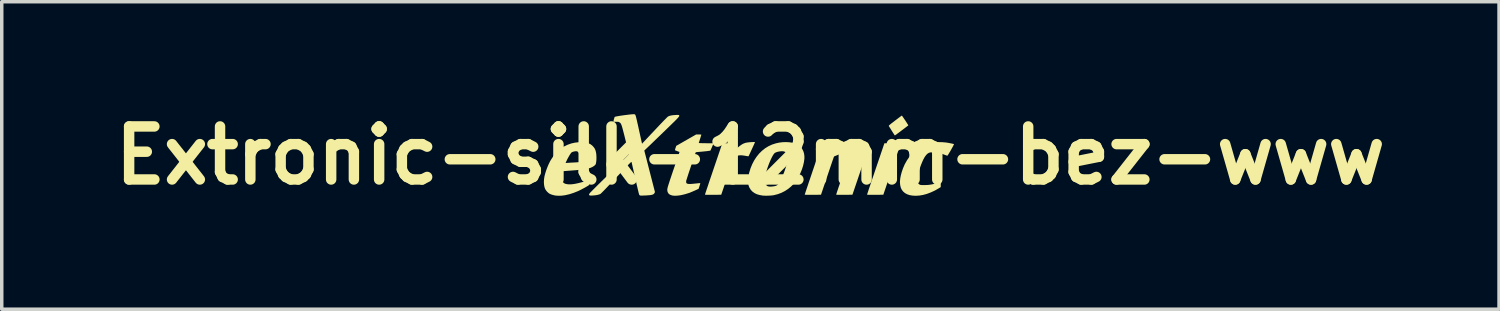
<source format=kicad_pcb>
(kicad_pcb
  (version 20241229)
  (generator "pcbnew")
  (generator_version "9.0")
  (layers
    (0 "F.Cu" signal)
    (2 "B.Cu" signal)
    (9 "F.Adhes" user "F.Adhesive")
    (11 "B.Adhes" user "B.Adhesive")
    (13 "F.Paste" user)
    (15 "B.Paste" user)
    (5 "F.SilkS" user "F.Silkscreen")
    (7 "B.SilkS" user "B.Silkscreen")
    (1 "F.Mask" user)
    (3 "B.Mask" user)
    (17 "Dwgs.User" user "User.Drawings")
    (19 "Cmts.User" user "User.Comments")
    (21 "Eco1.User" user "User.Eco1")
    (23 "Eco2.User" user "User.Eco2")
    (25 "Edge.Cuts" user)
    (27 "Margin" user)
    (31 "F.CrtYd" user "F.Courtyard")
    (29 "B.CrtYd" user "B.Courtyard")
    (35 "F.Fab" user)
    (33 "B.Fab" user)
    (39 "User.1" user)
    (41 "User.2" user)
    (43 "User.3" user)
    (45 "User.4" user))
  (footprint "Extronic-silk-12mm-bez-www"
    (layer "F.Cu")
    (at 18.513 1.418)
    (property "Reference" "Extronic-silk-12mm-bez-www" (at 0 0 0) (layer "F.SilkS") (effects (font (size 1.524 1.524) (thickness 0.3))))
    (attr board_only exclude_from_pos_files exclude_from_bom)
    (fp_poly (pts (xy 4.269 -0.193) (xy 4.258 -0.161) (xy 4.243 -0.118) (xy 4.225 -0.064) (xy 4.203 -0.001) (xy 4.179 0.07) (xy 4.153 0.148) (xy 4.125 0.23) (xy 4.095 0.317) (xy 4.065 0.406) (xy 4.034 0.497) (xy 4.017 0.548) (xy 3.82 1.128) (xy 3.586 1.13) (xy 3.521 1.13) (xy 3.468 1.13) (xy 3.427 1.13) (xy 3.396 1.129) (xy 3.374 1.128) (xy 3.361 1.127) (xy 3.354 1.125) (xy 3.353 1.123) (xy 3.355 1.115) (xy 3.362 1.095) (xy 3.372 1.064) (xy 3.386 1.022) (xy 3.403 0.97) (xy 3.423 0.91) (xy 3.447 0.841) (xy 3.472 0.765) (xy 3.5 0.683) (xy 3.53 0.595) (xy 3.561 0.503) (xy 3.594 0.406) (xy 3.602 0.382) (xy 3.851 -0.351) (xy 4.088 -0.352) (xy 4.324 -0.354)) (stroke (width 0) (type solid)) (fill yes) (layer "F.SilkS"))
    (fp_poly (pts (xy 4.356 -1.142) (xy 4.368 -1.127) (xy 4.384 -1.104) (xy 4.403 -1.076) (xy 4.425 -1.043) (xy 4.449 -1.009) (xy 4.471 -0.974) (xy 4.493 -0.941) (xy 4.512 -0.911) (xy 4.526 -0.888) (xy 4.536 -0.871) (xy 4.538 -0.864) (xy 4.538 -0.864) (xy 4.533 -0.86) (xy 4.517 -0.848) (xy 4.493 -0.83) (xy 4.462 -0.806) (xy 4.425 -0.778) (xy 4.383 -0.746) (xy 4.348 -0.72) (xy 4.303 -0.686) (xy 4.262 -0.655) (xy 4.225 -0.628) (xy 4.195 -0.605) (xy 4.171 -0.589) (xy 4.157 -0.579) (xy 4.152 -0.576) (xy 4.147 -0.582) (xy 4.135 -0.598) (xy 4.119 -0.622) (xy 4.099 -0.653) (xy 4.076 -0.689) (xy 4.067 -0.703) (xy 4.044 -0.741) (xy 4.022 -0.776) (xy 4.003 -0.806) (xy 3.989 -0.829) (xy 3.981 -0.842) (xy 3.98 -0.844) (xy 3.978 -0.848) (xy 3.978 -0.853) (xy 3.981 -0.859) (xy 3.989 -0.868) (xy 4.002 -0.88) (xy 4.021 -0.896) (xy 4.047 -0.917) (xy 4.082 -0.944) (xy 4.127 -0.978) (xy 4.157 -1.002) (xy 4.202 -1.036) (xy 4.243 -1.067) (xy 4.279 -1.094) (xy 4.309 -1.117) (xy 4.333 -1.134) (xy 4.347 -1.144) (xy 4.351 -1.147)) (stroke (width 0) (type solid)) (fill yes) (layer "F.SilkS"))
    (fp_poly (pts (xy 0.116 -0.387) (xy 0.13 -0.385) (xy 0.132 -0.382) (xy 0.129 -0.374) (xy 0.121 -0.356) (xy 0.109 -0.328) (xy 0.094 -0.294) (xy 0.076 -0.254) (xy 0.056 -0.212) (xy 0.036 -0.168) (xy 0.016 -0.124) (xy -0.003 -0.083) (xy -0.02 -0.046) (xy -0.035 -0.016) (xy -0.046 0.007) (xy -0.053 0.02) (xy -0.054 0.022) (xy -0.062 0.022) (xy -0.082 0.02) (xy -0.109 0.016) (xy -0.141 0.01) (xy -0.142 0.01) (xy -0.211 -0.001) (xy -0.269 -0.006) (xy -0.318 -0.004) (xy -0.354 0.003) (xy -0.373 0.012) (xy -0.399 0.027) (xy -0.426 0.044) (xy -0.433 0.048) (xy -0.482 0.083) (xy -0.66 0.605) (xy -0.838 1.128) (xy -1.072 1.13) (xy -1.137 1.13) (xy -1.19 1.13) (xy -1.231 1.13) (xy -1.262 1.129) (xy -1.284 1.128) (xy -1.297 1.127) (xy -1.304 1.125) (xy -1.305 1.123) (xy -1.303 1.115) (xy -1.296 1.095) (xy -1.286 1.064) (xy -1.272 1.022) (xy -1.255 0.97) (xy -1.234 0.91) (xy -1.211 0.841) (xy -1.186 0.765) (xy -1.158 0.683) (xy -1.128 0.595) (xy -1.097 0.503) (xy -1.064 0.406) (xy -1.056 0.382) (xy -0.807 -0.351) (xy -0.594 -0.352) (xy -0.542 -0.353) (xy -0.494 -0.353) (xy -0.452 -0.352) (xy -0.419 -0.352) (xy -0.395 -0.351) (xy -0.383 -0.349) (xy -0.382 -0.349) (xy -0.383 -0.34) (xy -0.386 -0.321) (xy -0.391 -0.295) (xy -0.396 -0.272) (xy -0.401 -0.242) (xy -0.406 -0.217) (xy -0.409 -0.199) (xy -0.41 -0.194) (xy -0.405 -0.195) (xy -0.391 -0.204) (xy -0.371 -0.22) (xy -0.347 -0.24) (xy -0.344 -0.243) (xy -0.298 -0.28) (xy -0.257 -0.309) (xy -0.218 -0.333) (xy -0.179 -0.35) (xy -0.136 -0.364) (xy -0.088 -0.373) (xy -0.032 -0.38) (xy 0.036 -0.385) (xy 0.05 -0.385) (xy 0.09 -0.387)) (stroke (width 0) (type solid)) (fill yes) (layer "F.SilkS"))
    (fp_poly (pts (xy 1.117 -0.38) (xy 1.205 -0.367) (xy 1.286 -0.344) (xy 1.339 -0.323) (xy 1.397 -0.287) (xy 1.448 -0.242) (xy 1.489 -0.187) (xy 1.521 -0.125) (xy 1.542 -0.056) (xy 1.552 0.019) (xy 1.552 0.09) (xy 1.538 0.193) (xy 1.513 0.3) (xy 1.478 0.408) (xy 1.434 0.514) (xy 1.382 0.617) (xy 1.324 0.712) (xy 1.259 0.798) (xy 1.248 0.812) (xy 1.171 0.89) (xy 1.085 0.961) (xy 0.991 1.022) (xy 0.891 1.073) (xy 0.786 1.112) (xy 0.68 1.139) (xy 0.664 1.142) (xy 0.621 1.148) (xy 0.569 1.152) (xy 0.512 1.155) (xy 0.457 1.156) (xy 0.405 1.155) (xy 0.363 1.153) (xy 0.358 1.152) (xy 0.268 1.137) (xy 0.189 1.114) (xy 0.121 1.082) (xy 0.064 1.041) (xy 0.046 1.025) (xy 0.002 0.973) (xy -0.032 0.915) (xy -0.055 0.851) (xy -0.067 0.779) (xy -0.067 0.743) (xy 0.41 0.743) (xy 0.414 0.781) (xy 0.416 0.79) (xy 0.431 0.822) (xy 0.455 0.852) (xy 0.484 0.876) (xy 0.503 0.886) (xy 0.53 0.891) (xy 0.565 0.894) (xy 0.606 0.893) (xy 0.649 0.889) (xy 0.689 0.883) (xy 0.722 0.875) (xy 0.748 0.865) (xy 0.77 0.853) (xy 0.783 0.845) (xy 0.803 0.822) (xy 0.826 0.787) (xy 0.852 0.743) (xy 0.879 0.69) (xy 0.907 0.631) (xy 0.935 0.568) (xy 0.961 0.501) (xy 0.974 0.469) (xy 1.003 0.386) (xy 1.026 0.313) (xy 1.045 0.25) (xy 1.058 0.193) (xy 1.066 0.14) (xy 1.07 0.091) (xy 1.071 0.062) (xy 1.071 0.028) (xy 1.07 0.003) (xy 1.066 -0.016) (xy 1.06 -0.033) (xy 1.055 -0.044) (xy 1.032 -0.079) (xy 0.999 -0.103) (xy 0.957 -0.118) (xy 0.906 -0.123) (xy 0.845 -0.118) (xy 0.784 -0.106) (xy 0.736 -0.091) (xy 0.7 -0.071) (xy 0.69 -0.062) (xy 0.669 -0.037) (xy 0.645 0.001) (xy 0.619 0.048) (xy 0.592 0.104) (xy 0.564 0.167) (xy 0.536 0.235) (xy 0.509 0.307) (xy 0.483 0.381) (xy 0.46 0.455) (xy 0.44 0.524) (xy 0.426 0.583) (xy 0.417 0.641) (xy 0.411 0.695) (xy 0.41 0.743) (xy -0.067 0.743) (xy -0.068 0.7) (xy -0.059 0.612) (xy -0.04 0.516) (xy -0.035 0.496) (xy 0.004 0.369) (xy 0.052 0.251) (xy 0.11 0.14) (xy 0.176 0.039) (xy 0.25 -0.053) (xy 0.333 -0.135) (xy 0.422 -0.206) (xy 0.518 -0.265) (xy 0.621 -0.313) (xy 0.639 -0.319) (xy 0.732 -0.349) (xy 0.829 -0.37) (xy 0.926 -0.382) (xy 1.023 -0.385)) (stroke (width 0) (type solid)) (fill yes) (layer "F.SilkS"))
    (fp_poly (pts (xy 3.081 -0.382) (xy 3.148 -0.367) (xy 3.205 -0.343) (xy 3.25 -0.311) (xy 3.285 -0.271) (xy 3.31 -0.221) (xy 3.315 -0.206) (xy 3.323 -0.162) (xy 3.325 -0.11) (xy 3.321 -0.054) (xy 3.311 0.001) (xy 3.308 0.01) (xy 3.303 0.027) (xy 3.294 0.055) (xy 3.281 0.094) (xy 3.265 0.143) (xy 3.246 0.201) (xy 3.225 0.266) (xy 3.201 0.337) (xy 3.175 0.414) (xy 3.148 0.494) (xy 3.119 0.577) (xy 3.112 0.6) (xy 2.932 1.128) (xy 2.698 1.13) (xy 2.637 1.13) (xy 2.583 1.13) (xy 2.537 1.13) (xy 2.502 1.129) (xy 2.478 1.128) (xy 2.465 1.126) (xy 2.464 1.125) (xy 2.467 1.118) (xy 2.473 1.098) (xy 2.483 1.068) (xy 2.496 1.027) (xy 2.513 0.978) (xy 2.532 0.92) (xy 2.554 0.856) (xy 2.578 0.786) (xy 2.603 0.711) (xy 2.628 0.638) (xy 2.655 0.558) (xy 2.681 0.481) (xy 2.706 0.408) (xy 2.729 0.341) (xy 2.749 0.28) (xy 2.767 0.226) (xy 2.782 0.181) (xy 2.794 0.146) (xy 2.802 0.122) (xy 2.805 0.111) (xy 2.815 0.069) (xy 2.819 0.03) (xy 2.817 -0.004) (xy 2.81 -0.028) (xy 2.808 -0.032) (xy 2.786 -0.053) (xy 2.754 -0.066) (xy 2.712 -0.069) (xy 2.66 -0.062) (xy 2.597 -0.047) (xy 2.525 -0.022) (xy 2.477 -0.002) (xy 2.403 0.029) (xy 2.378 0.099) (xy 2.372 0.118) (xy 2.361 0.148) (xy 2.347 0.189) (xy 2.33 0.239) (xy 2.31 0.298) (xy 2.288 0.363) (xy 2.264 0.434) (xy 2.238 0.51) (xy 2.212 0.588) (xy 2.191 0.649) (xy 2.029 1.128) (xy 1.795 1.13) (xy 1.73 1.13) (xy 1.677 1.13) (xy 1.636 1.13) (xy 1.605 1.129) (xy 1.583 1.128) (xy 1.57 1.127) (xy 1.563 1.125) (xy 1.562 1.123) (xy 1.564 1.115) (xy 1.571 1.095) (xy 1.581 1.064) (xy 1.595 1.022) (xy 1.612 0.97) (xy 1.633 0.91) (xy 1.656 0.841) (xy 1.681 0.765) (xy 1.709 0.683) (xy 1.739 0.595) (xy 1.77 0.503) (xy 1.803 0.406) (xy 1.811 0.382) (xy 2.06 -0.351) (xy 2.269 -0.352) (xy 2.478 -0.354) (xy 2.478 -0.332) (xy 2.477 -0.313) (xy 2.474 -0.286) (xy 2.471 -0.261) (xy 2.468 -0.237) (xy 2.466 -0.219) (xy 2.467 -0.211) (xy 2.467 -0.211) (xy 2.473 -0.212) (xy 2.49 -0.219) (xy 2.515 -0.23) (xy 2.544 -0.244) (xy 2.548 -0.246) (xy 2.643 -0.288) (xy 2.733 -0.322) (xy 2.819 -0.35) (xy 2.898 -0.37) (xy 2.97 -0.382) (xy 3.034 -0.386)) (stroke (width 0) (type solid)) (fill yes) (layer "F.SilkS"))
    (fp_poly (pts (xy 5.523 -0.382) (xy 5.562 -0.378) (xy 5.601 -0.375) (xy 5.635 -0.371) (xy 5.659 -0.368) (xy 5.661 -0.367) (xy 5.698 -0.361) (xy 5.736 -0.353) (xy 5.772 -0.346) (xy 5.805 -0.339) (xy 5.83 -0.333) (xy 5.846 -0.329) (xy 5.85 -0.327) (xy 5.849 -0.32) (xy 5.841 -0.304) (xy 5.829 -0.279) (xy 5.813 -0.247) (xy 5.793 -0.212) (xy 5.772 -0.173) (xy 5.75 -0.135) (xy 5.728 -0.097) (xy 5.707 -0.063) (xy 5.689 -0.033) (xy 5.674 -0.011) (xy 5.664 0.003) (xy 5.66 0.007) (xy 5.651 0.005) (xy 5.631 -0.002) (xy 5.604 -0.012) (xy 5.57 -0.024) (xy 5.545 -0.034) (xy 5.494 -0.053) (xy 5.452 -0.068) (xy 5.417 -0.079) (xy 5.387 -0.086) (xy 5.358 -0.09) (xy 5.327 -0.093) (xy 5.292 -0.094) (xy 5.276 -0.094) (xy 5.224 -0.093) (xy 5.183 -0.09) (xy 5.151 -0.083) (xy 5.124 -0.073) (xy 5.1 -0.059) (xy 5.078 -0.041) (xy 5.049 -0.011) (xy 5.022 0.025) (xy 4.995 0.067) (xy 4.968 0.119) (xy 4.94 0.18) (xy 4.91 0.253) (xy 4.891 0.304) (xy 4.857 0.401) (xy 4.83 0.488) (xy 4.81 0.564) (xy 4.798 0.631) (xy 4.794 0.687) (xy 4.797 0.735) (xy 4.807 0.773) (xy 4.825 0.804) (xy 4.85 0.828) (xy 4.862 0.835) (xy 4.874 0.841) (xy 4.886 0.845) (xy 4.901 0.848) (xy 4.922 0.849) (xy 4.95 0.85) (xy 4.989 0.85) (xy 5.002 0.85) (xy 5.051 0.849) (xy 5.095 0.847) (xy 5.137 0.843) (xy 5.18 0.837) (xy 5.228 0.828) (xy 5.283 0.815) (xy 5.342 0.802) (xy 5.378 0.793) (xy 5.41 0.785) (xy 5.436 0.778) (xy 5.452 0.774) (xy 5.455 0.773) (xy 5.462 0.772) (xy 5.466 0.774) (xy 5.469 0.781) (xy 5.47 0.797) (xy 5.47 0.823) (xy 5.47 0.838) (xy 5.47 0.908) (xy 5.42 0.939) (xy 5.304 1.006) (xy 5.188 1.06) (xy 5.074 1.103) (xy 4.961 1.134) (xy 4.851 1.152) (xy 4.745 1.158) (xy 4.654 1.152) (xy 4.573 1.138) (xy 4.502 1.113) (xy 4.442 1.08) (xy 4.392 1.038) (xy 4.352 0.987) (xy 4.323 0.927) (xy 4.306 0.858) (xy 4.298 0.781) (xy 4.299 0.732) (xy 4.308 0.649) (xy 4.326 0.56) (xy 4.352 0.466) (xy 4.385 0.371) (xy 4.424 0.279) (xy 4.436 0.253) (xy 4.5 0.138) (xy 4.572 0.033) (xy 4.652 -0.06) (xy 4.74 -0.142) (xy 4.835 -0.213) (xy 4.936 -0.272) (xy 5.044 -0.318) (xy 5.158 -0.353) (xy 5.278 -0.375) (xy 5.402 -0.385)) (stroke (width 0) (type solid)) (fill yes) (layer "F.SilkS"))
    (fp_poly (pts (xy -1.453 -0.603) (xy -1.429 -0.602) (xy -1.413 -0.6) (xy -1.409 -0.598) (xy -1.411 -0.591) (xy -1.417 -0.572) (xy -1.425 -0.546) (xy -1.435 -0.514) (xy -1.445 -0.48) (xy -1.456 -0.446) (xy -1.466 -0.414) (xy -1.475 -0.388) (xy -1.481 -0.37) (xy -1.483 -0.364) (xy -1.483 -0.361) (xy -1.478 -0.359) (xy -1.467 -0.357) (xy -1.45 -0.356) (xy -1.424 -0.355) (xy -1.389 -0.354) (xy -1.343 -0.353) (xy -1.284 -0.353) (xy -1.272 -0.352) (xy -1.056 -0.351) (xy -1.102 -0.246) (xy -1.117 -0.211) (xy -1.13 -0.181) (xy -1.14 -0.158) (xy -1.147 -0.144) (xy -1.148 -0.141) (xy -1.156 -0.138) (xy -1.176 -0.135) (xy -1.206 -0.131) (xy -1.243 -0.126) (xy -1.285 -0.121) (xy -1.33 -0.117) (xy -1.376 -0.112) (xy -1.421 -0.108) (xy -1.43 -0.107) (xy -1.472 -0.104) (xy -1.509 -0.1) (xy -1.539 -0.097) (xy -1.56 -0.094) (xy -1.569 -0.092) (xy -1.57 -0.091) (xy -1.573 -0.083) (xy -1.581 -0.063) (xy -1.592 -0.033) (xy -1.605 0.006) (xy -1.622 0.053) (xy -1.64 0.107) (xy -1.66 0.165) (xy -1.68 0.226) (xy -1.702 0.29) (xy -1.723 0.354) (xy -1.744 0.418) (xy -1.765 0.479) (xy -1.784 0.537) (xy -1.801 0.59) (xy -1.816 0.637) (xy -1.828 0.676) (xy -1.838 0.705) (xy -1.843 0.725) (xy -1.845 0.732) (xy -1.846 0.758) (xy -1.844 0.778) (xy -1.836 0.795) (xy -1.822 0.806) (xy -1.8 0.814) (xy -1.77 0.818) (xy -1.73 0.819) (xy -1.68 0.816) (xy -1.618 0.81) (xy -1.568 0.805) (xy -1.527 0.801) (xy -1.492 0.797) (xy -1.464 0.795) (xy -1.446 0.794) (xy -1.439 0.794) (xy -1.44 0.802) (xy -1.444 0.819) (xy -1.452 0.845) (xy -1.462 0.876) (xy -1.462 0.877) (xy -1.488 0.957) (xy -1.572 0.997) (xy -1.68 1.044) (xy -1.781 1.083) (xy -1.88 1.113) (xy -1.98 1.137) (xy -1.985 1.138) (xy -2.032 1.146) (xy -2.082 1.152) (xy -2.133 1.156) (xy -2.179 1.156) (xy -2.217 1.154) (xy -2.232 1.152) (xy -2.285 1.138) (xy -2.328 1.116) (xy -2.359 1.086) (xy -2.379 1.048) (xy -2.387 1.002) (xy -2.388 0.986) (xy -2.388 0.974) (xy -2.386 0.961) (xy -2.383 0.946) (xy -2.379 0.926) (xy -2.373 0.903) (xy -2.365 0.874) (xy -2.354 0.839) (xy -2.34 0.797) (xy -2.324 0.746) (xy -2.305 0.687) (xy -2.281 0.619) (xy -2.255 0.539) (xy -2.224 0.448) (xy -2.195 0.364) (xy -2.036 -0.101) (xy -2.096 -0.123) (xy -2.123 -0.134) (xy -2.146 -0.142) (xy -2.161 -0.148) (xy -2.164 -0.149) (xy -2.166 -0.155) (xy -2.164 -0.171) (xy -2.157 -0.198) (xy -2.151 -0.215) (xy -2.13 -0.277) (xy -1.558 -0.604) (xy -1.484 -0.604)) (stroke (width 0) (type solid)) (fill yes) (layer "F.SilkS"))
    (fp_poly (pts (xy -4.784 -0.38) (xy -4.712 -0.37) (xy -4.65 -0.351) (xy -4.596 -0.324) (xy -4.549 -0.289) (xy -4.527 -0.267) (xy -4.498 -0.234) (xy -4.477 -0.204) (xy -4.461 -0.172) (xy -4.447 -0.134) (xy -4.443 -0.117) (xy -4.433 -0.073) (xy -4.427 -0.02) (xy -4.424 0.038) (xy -4.424 0.098) (xy -4.427 0.155) (xy -4.434 0.206) (xy -4.443 0.247) (xy -4.455 0.266) (xy -4.477 0.288) (xy -4.507 0.31) (xy -4.543 0.332) (xy -4.551 0.335) (xy -4.581 0.349) (xy -4.614 0.361) (xy -4.651 0.372) (xy -4.694 0.382) (xy -4.744 0.392) (xy -4.802 0.4) (xy -4.868 0.408) (xy -4.945 0.416) (xy -5.034 0.424) (xy -5.114 0.43) (xy -5.174 0.435) (xy -5.23 0.439) (xy -5.28 0.443) (xy -5.322 0.446) (xy -5.355 0.449) (xy -5.378 0.45) (xy -5.389 0.451) (xy -5.39 0.451) (xy -5.394 0.457) (xy -5.4 0.473) (xy -5.408 0.496) (xy -5.409 0.502) (xy -5.42 0.547) (xy -5.425 0.595) (xy -5.426 0.643) (xy -5.421 0.687) (xy -5.412 0.723) (xy -5.408 0.731) (xy -5.385 0.767) (xy -5.357 0.793) (xy -5.322 0.812) (xy -5.277 0.823) (xy -5.223 0.829) (xy -5.192 0.829) (xy -5.152 0.828) (xy -5.111 0.825) (xy -5.068 0.819) (xy -5.021 0.811) (xy -4.97 0.8) (xy -4.911 0.786) (xy -4.843 0.768) (xy -4.766 0.745) (xy -4.708 0.729) (xy -4.678 0.72) (xy -4.652 0.713) (xy -4.634 0.71) (xy -4.626 0.709) (xy -4.625 0.718) (xy -4.625 0.737) (xy -4.626 0.763) (xy -4.627 0.781) (xy -4.632 0.848) (xy -4.671 0.873) (xy -4.709 0.896) (xy -4.756 0.923) (xy -4.808 0.951) (xy -4.861 0.979) (xy -4.911 1.004) (xy -4.954 1.024) (xy -4.956 1.025) (xy -5.082 1.075) (xy -5.201 1.113) (xy -5.315 1.14) (xy -5.423 1.155) (xy -5.524 1.157) (xy -5.595 1.152) (xy -5.642 1.143) (xy -5.692 1.13) (xy -5.738 1.114) (xy -5.77 1.099) (xy -5.802 1.077) (xy -5.836 1.046) (xy -5.866 1.011) (xy -5.89 0.976) (xy -5.898 0.962) (xy -5.918 0.904) (xy -5.93 0.837) (xy -5.934 0.763) (xy -5.93 0.685) (xy -5.918 0.604) (xy -5.915 0.59) (xy -5.895 0.514) (xy -5.869 0.431) (xy -5.837 0.346) (xy -5.803 0.263) (xy -5.78 0.216) (xy -5.31 0.216) (xy -5.26 0.212) (xy -5.237 0.211) (xy -5.204 0.209) (xy -5.163 0.206) (xy -5.117 0.204) (xy -5.07 0.201) (xy -5.064 0.201) (xy -5.021 0.199) (xy -4.982 0.196) (xy -4.951 0.194) (xy -4.928 0.193) (xy -4.917 0.192) (xy -4.916 0.191) (xy -4.915 0.184) (xy -4.915 0.165) (xy -4.914 0.137) (xy -4.913 0.103) (xy -4.913 0.079) (xy -4.912 0.036) (xy -4.913 0.005) (xy -4.914 -0.018) (xy -4.916 -0.035) (xy -4.92 -0.048) (xy -4.925 -0.062) (xy -4.926 -0.064) (xy -4.946 -0.096) (xy -4.97 -0.115) (xy -5.002 -0.123) (xy -5.027 -0.122) (xy -5.057 -0.117) (xy -5.09 -0.109) (xy -5.105 -0.104) (xy -5.124 -0.096) (xy -5.138 -0.088) (xy -5.151 -0.075) (xy -5.165 -0.056) (xy -5.181 -0.033) (xy -5.204 0.005) (xy -5.23 0.05) (xy -5.256 0.098) (xy -5.279 0.146) (xy -5.298 0.187) (xy -5.299 0.19) (xy -5.31 0.216) (xy -5.78 0.216) (xy -5.766 0.187) (xy -5.747 0.151) (xy -5.694 0.067) (xy -5.635 -0.014) (xy -5.569 -0.088) (xy -5.5 -0.155) (xy -5.43 -0.212) (xy -5.359 -0.257) (xy -5.356 -0.258) (xy -5.251 -0.309) (xy -5.145 -0.346) (xy -5.037 -0.37) (xy -4.925 -0.382) (xy -4.866 -0.384)) (stroke (width 0) (type solid)) (fill yes) (layer "F.SilkS"))
    (fp_poly (pts (xy -3.33 -1.184) (xy -3.32 -1.181) (xy -3.315 -1.178) (xy -3.31 -1.173) (xy -3.306 -1.165) (xy -3.301 -1.154) (xy -3.295 -1.137) (xy -3.289 -1.116) (xy -3.281 -1.087) (xy -3.273 -1.051) (xy -3.262 -1.006) (xy -3.25 -0.952) (xy -3.235 -0.887) (xy -3.218 -0.811) (xy -3.199 -0.722) (xy -3.196 -0.709) (xy -3.114 -0.338) (xy -3.079 -0.376) (xy -3.068 -0.387) (xy -3.049 -0.408) (xy -3.022 -0.436) (xy -2.988 -0.473) (xy -2.948 -0.515) (xy -2.903 -0.563) (xy -2.854 -0.615) (xy -2.801 -0.671) (xy -2.746 -0.729) (xy -2.719 -0.758) (xy -2.653 -0.828) (xy -2.593 -0.892) (xy -2.538 -0.949) (xy -2.49 -0.999) (xy -2.448 -1.041) (xy -2.415 -1.075) (xy -2.389 -1.1) (xy -2.372 -1.116) (xy -2.365 -1.121) (xy -2.328 -1.137) (xy -2.278 -1.15) (xy -2.216 -1.159) (xy -2.145 -1.164) (xy -2.108 -1.166) (xy -2.082 -1.166) (xy -2.066 -1.165) (xy -2.056 -1.162) (xy -2.049 -1.158) (xy -2.049 -1.157) (xy -2.045 -1.152) (xy -2.043 -1.146) (xy -2.043 -1.14) (xy -2.045 -1.132) (xy -2.051 -1.122) (xy -2.06 -1.109) (xy -2.073 -1.092) (xy -2.092 -1.071) (xy -2.115 -1.046) (xy -2.145 -1.016) (xy -2.181 -0.979) (xy -2.225 -0.937) (xy -2.276 -0.887) (xy -2.335 -0.829) (xy -2.403 -0.763) (xy -2.48 -0.688) (xy -2.493 -0.676) (xy -2.559 -0.612) (xy -2.624 -0.549) (xy -2.687 -0.489) (xy -2.746 -0.432) (xy -2.801 -0.379) (xy -2.85 -0.331) (xy -2.894 -0.289) (xy -2.931 -0.254) (xy -2.96 -0.226) (xy -2.981 -0.206) (xy -2.99 -0.198) (xy -3.049 -0.142) (xy -2.742 1.051) (xy -2.754 1.076) (xy -2.77 1.099) (xy -2.791 1.116) (xy -2.821 1.128) (xy -2.862 1.136) (xy -2.872 1.138) (xy -2.903 1.141) (xy -2.941 1.144) (xy -2.983 1.147) (xy -3.026 1.149) (xy -3.069 1.151) (xy -3.107 1.152) (xy -3.139 1.152) (xy -3.161 1.151) (xy -3.168 1.15) (xy -3.187 1.138) (xy -3.197 1.123) (xy -3.2 1.112) (xy -3.206 1.089) (xy -3.215 1.055) (xy -3.225 1.011) (xy -3.238 0.959) (xy -3.252 0.898) (xy -3.268 0.832) (xy -3.284 0.76) (xy -3.302 0.684) (xy -3.308 0.656) (xy -3.325 0.579) (xy -3.342 0.506) (xy -3.358 0.437) (xy -3.372 0.375) (xy -3.385 0.32) (xy -3.395 0.273) (xy -3.404 0.235) (xy -3.41 0.208) (xy -3.414 0.194) (xy -3.414 0.191) (xy -3.415 0.188) (xy -3.417 0.186) (xy -3.421 0.186) (xy -3.426 0.189) (xy -3.433 0.195) (xy -3.444 0.204) (xy -3.459 0.218) (xy -3.477 0.236) (xy -3.501 0.26) (xy -3.53 0.29) (xy -3.565 0.327) (xy -3.606 0.37) (xy -3.655 0.422) (xy -3.712 0.482) (xy -3.777 0.551) (xy -3.848 0.627) (xy -3.912 0.695) (xy -3.973 0.76) (xy -4.032 0.821) (xy -4.086 0.878) (xy -4.136 0.931) (xy -4.181 0.978) (xy -4.22 1.018) (xy -4.253 1.051) (xy -4.278 1.076) (xy -4.295 1.093) (xy -4.303 1.1) (xy -4.337 1.117) (xy -4.385 1.131) (xy -4.446 1.142) (xy -4.477 1.145) (xy -4.534 1.15) (xy -4.577 1.152) (xy -4.608 1.15) (xy -4.625 1.145) (xy -4.635 1.134) (xy -4.635 1.118) (xy -4.624 1.095) (xy -4.618 1.085) (xy -4.611 1.076) (xy -4.594 1.059) (xy -4.568 1.033) (xy -4.535 0.999) (xy -4.494 0.958) (xy -4.447 0.911) (xy -4.394 0.858) (xy -4.335 0.8) (xy -4.272 0.738) (xy -4.204 0.672) (xy -4.133 0.602) (xy -4.06 0.531) (xy -4.042 0.513) (xy -3.944 0.418) (xy -3.856 0.332) (xy -3.778 0.255) (xy -3.71 0.188) (xy -3.651 0.129) (xy -3.601 0.079) (xy -3.561 0.039) (xy -3.529 0.006) (xy -3.507 -0.018) (xy -3.493 -0.033) (xy -3.488 -0.041) (xy -3.488 -0.041) (xy -3.49 -0.05) (xy -3.495 -0.07) (xy -3.503 -0.102) (xy -3.514 -0.144) (xy -3.527 -0.194) (xy -3.541 -0.252) (xy -3.557 -0.316) (xy -3.574 -0.386) (xy -3.593 -0.458) (xy -3.615 -0.548) (xy -3.635 -0.626) (xy -3.652 -0.692) (xy -3.666 -0.747) (xy -3.679 -0.794) (xy -3.69 -0.831) (xy -3.7 -0.862) (xy -3.709 -0.886) (xy -3.718 -0.905) (xy -3.726 -0.919) (xy -3.734 -0.93) (xy -3.743 -0.939) (xy -3.753 -0.946) (xy -3.758 -0.95) (xy -3.772 -0.958) (xy -3.784 -0.964) (xy -3.8 -0.967) (xy -3.822 -0.968) (xy -3.853 -0.968) (xy -3.861 -0.968) (xy -3.891 -0.968) (xy -3.916 -0.969) (xy -3.932 -0.971) (xy -3.936 -0.973) (xy -3.934 -0.986) (xy -3.929 -1.008) (xy -3.923 -1.034) (xy -3.915 -1.061) (xy -3.908 -1.085) (xy -3.902 -1.102) (xy -3.899 -1.108) (xy -3.888 -1.113) (xy -3.864 -1.119) (xy -3.829 -1.126) (xy -3.784 -1.134) (xy -3.729 -1.143) (xy -3.666 -1.152) (xy -3.596 -1.162) (xy -3.592 -1.162) (xy -3.52 -1.171) (xy -3.461 -1.178) (xy -3.413 -1.183) (xy -3.376 -1.185) (xy -3.348 -1.186)) (stroke (width 0) (type solid)) (fill yes) (layer "F.SilkS")))
  (gr_rect
    (start -3 -3)
    (end 40.026 5.836)
    (stroke (width 0.1) (type default))
    (fill no)
    (layer "Edge.Cuts")))
</source>
